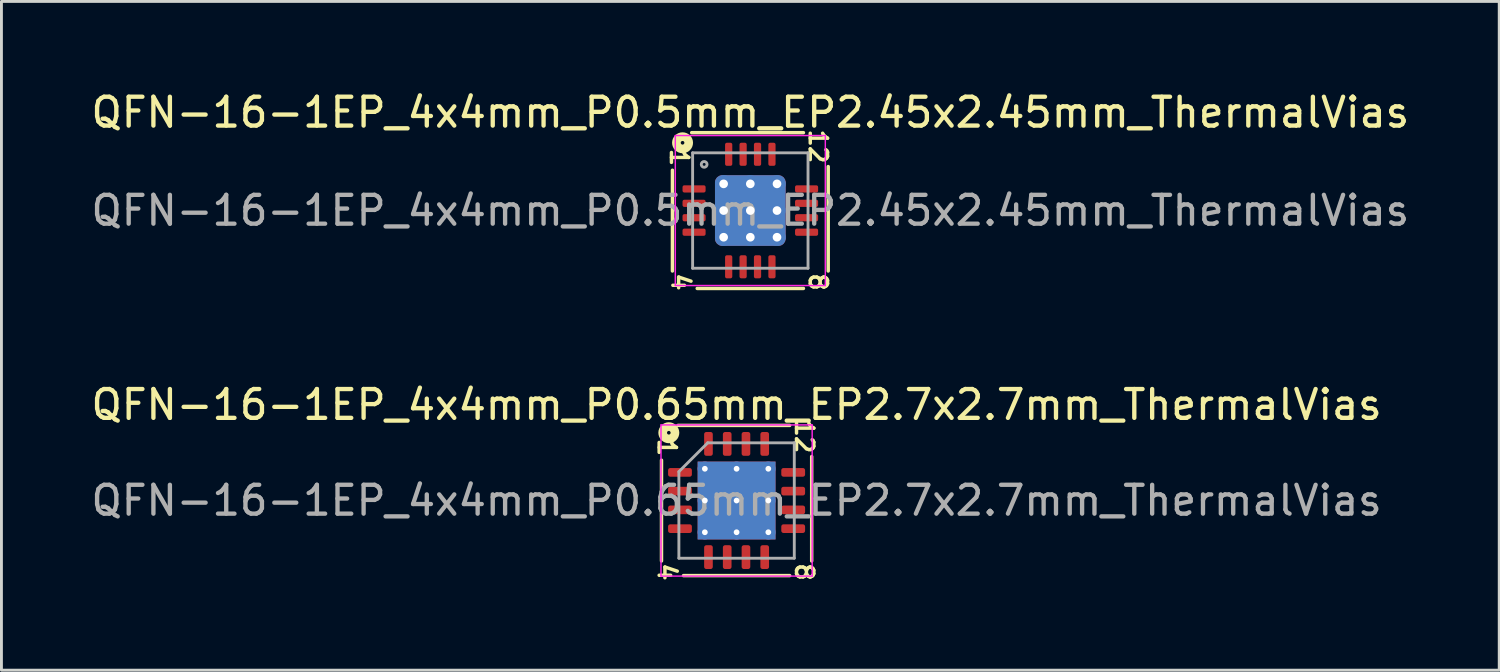
<source format=kicad_pcb>
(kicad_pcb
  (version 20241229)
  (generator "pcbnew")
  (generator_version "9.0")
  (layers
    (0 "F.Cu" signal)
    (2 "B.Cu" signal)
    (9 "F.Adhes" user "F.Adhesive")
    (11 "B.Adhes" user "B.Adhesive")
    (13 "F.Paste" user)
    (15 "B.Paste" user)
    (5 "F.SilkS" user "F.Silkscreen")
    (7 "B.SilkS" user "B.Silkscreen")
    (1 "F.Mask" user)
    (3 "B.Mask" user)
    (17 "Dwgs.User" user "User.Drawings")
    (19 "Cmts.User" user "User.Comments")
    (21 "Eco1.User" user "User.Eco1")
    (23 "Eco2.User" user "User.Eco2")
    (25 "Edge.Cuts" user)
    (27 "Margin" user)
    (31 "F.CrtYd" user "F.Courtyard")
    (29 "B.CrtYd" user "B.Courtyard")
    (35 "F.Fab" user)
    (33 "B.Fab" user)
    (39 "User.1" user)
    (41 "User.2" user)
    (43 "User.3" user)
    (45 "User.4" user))
  (footprint "QFN-16-1EP_4x4mm_P0.65mm_EP2.7x2.7mm_ThermalVias"
    (layer "F.Cu")
    (at 22.482 14.299)
    (property "Reference" "QFN-16-1EP_4x4mm_P0.65mm_EP2.7x2.7mm_ThermalVias" (at 0 -3.32 0) (layer "F.SilkS") (effects (font (size 1 1) (thickness 0.15))))
    (attr smd)
    (fp_line (start -2.603 -1.397) (end -2.603 2.095) (stroke (width 0.12) (type solid)) (layer "F.SilkS"))
    (fp_line (start -1.841 2.603) (end 1.841 2.603) (stroke (width 0.12) (type solid)) (layer "F.SilkS"))
    (fp_line (start 1.841 -2.603) (end -2.032 -2.603) (stroke (width 0.12) (type solid)) (layer "F.SilkS"))
    (fp_line (start 2.603 2.095) (end 2.603 -1.524) (stroke (width 0.12) (type solid)) (layer "F.SilkS"))
    (fp_circle (center -2.349 -2.349) (end -2.286 -2.349) (stroke (width 0.3) (type solid)) (fill no) (layer "F.SilkS"))
    (fp_line (start -2.62 -2.62) (end -2.62 2.62) (stroke (width 0.05) (type solid)) (layer "F.CrtYd"))
    (fp_line (start -2.62 2.62) (end 2.62 2.62) (stroke (width 0.05) (type solid)) (layer "F.CrtYd"))
    (fp_line (start 2.62 -2.62) (end -2.62 -2.62) (stroke (width 0.05) (type solid)) (layer "F.CrtYd"))
    (fp_line (start 2.62 2.62) (end 2.62 -2.62) (stroke (width 0.05) (type solid)) (layer "F.CrtYd"))
    (fp_line (start -2 -1) (end -1 -2) (stroke (width 0.1) (type solid)) (layer "F.Fab"))
    (fp_line (start -2 2) (end -2 -1) (stroke (width 0.1) (type solid)) (layer "F.Fab"))
    (fp_line (start -1 -2) (end 2 -2) (stroke (width 0.1) (type solid)) (layer "F.Fab"))
    (fp_line (start 2 -2) (end 2 2) (stroke (width 0.1) (type solid)) (layer "F.Fab"))
    (fp_line (start 2 2) (end -2 2) (stroke (width 0.1) (type solid)) (layer "F.Fab"))
    (fp_text user "4" (at -2.413 2.477 270) (unlocked yes) (layer "F.SilkS") (effects (font (size 0.6 0.6) (thickness 0.12))))
    (fp_text user "12" (at 2.349 -2.223 270) (unlocked yes) (layer "F.SilkS") (effects (font (size 0.6 0.6) (thickness 0.12))))
    (fp_text user "1" (at -2.413 -1.841 270) (unlocked yes) (layer "F.SilkS") (effects (font (size 0.6 0.6) (thickness 0.12))))
    (fp_text user "8" (at 2.349 2.477 270) (unlocked yes) (layer "F.SilkS") (effects (font (size 0.6 0.6) (thickness 0.12))))
    (fp_text user "${REFERENCE}" (at 0 0 0) (layer "F.Fab") (effects (font (size 1 1) (thickness 0.15))))
    (pad "" smd roundrect (at -0.675 -0.675) (size 1.17 1.17) (layers "F.Paste") (roundrect_rratio 0.214))
    (pad "" smd roundrect (at -0.675 0.675) (size 1.17 1.17) (layers "F.Paste") (roundrect_rratio 0.214))
    (pad "" smd roundrect (at 0.675 -0.675) (size 1.17 1.17) (layers "F.Paste") (roundrect_rratio 0.214))
    (pad "" smd roundrect (at 0.675 0.675) (size 1.17 1.17) (layers "F.Paste") (roundrect_rratio 0.214))
    (pad "1" smd roundrect (at -1.962 -0.975) (size 0.825 0.3) (layers "F.Cu" "F.Mask" "F.Paste") (roundrect_rratio 0.25))
    (pad "2" smd roundrect (at -1.962 -0.325) (size 0.825 0.3) (layers "F.Cu" "F.Mask" "F.Paste") (roundrect_rratio 0.25))
    (pad "3" smd roundrect (at -1.962 0.325) (size 0.825 0.3) (layers "F.Cu" "F.Mask" "F.Paste") (roundrect_rratio 0.25))
    (pad "4" smd roundrect (at -1.962 0.975) (size 0.825 0.3) (layers "F.Cu" "F.Mask" "F.Paste") (roundrect_rratio 0.25))
    (pad "5" smd roundrect (at -0.975 1.962) (size 0.3 0.825) (layers "F.Cu" "F.Mask" "F.Paste") (roundrect_rratio 0.25))
    (pad "6" smd roundrect (at -0.325 1.962) (size 0.3 0.825) (layers "F.Cu" "F.Mask" "F.Paste") (roundrect_rratio 0.25))
    (pad "7" smd roundrect (at 0.325 1.962) (size 0.3 0.825) (layers "F.Cu" "F.Mask" "F.Paste") (roundrect_rratio 0.25))
    (pad "8" smd roundrect (at 0.975 1.962) (size 0.3 0.825) (layers "F.Cu" "F.Mask" "F.Paste") (roundrect_rratio 0.25))
    (pad "9" smd roundrect (at 1.962 0.975) (size 0.825 0.3) (layers "F.Cu" "F.Mask" "F.Paste") (roundrect_rratio 0.25))
    (pad "10" smd roundrect (at 1.962 0.325) (size 0.825 0.3) (layers "F.Cu" "F.Mask" "F.Paste") (roundrect_rratio 0.25))
    (pad "11" smd roundrect (at 1.962 -0.325) (size 0.825 0.3) (layers "F.Cu" "F.Mask" "F.Paste") (roundrect_rratio 0.25))
    (pad "12" smd roundrect (at 1.962 -0.975) (size 0.825 0.3) (layers "F.Cu" "F.Mask" "F.Paste") (roundrect_rratio 0.25))
    (pad "13" smd roundrect (at 0.975 -1.962) (size 0.3 0.825) (layers "F.Cu" "F.Mask" "F.Paste") (roundrect_rratio 0.25))
    (pad "14" smd roundrect (at 0.325 -1.962) (size 0.3 0.825) (layers "F.Cu" "F.Mask" "F.Paste") (roundrect_rratio 0.25))
    (pad "15" smd roundrect (at -0.325 -1.962) (size 0.3 0.825) (layers "F.Cu" "F.Mask" "F.Paste") (roundrect_rratio 0.25))
    (pad "16" smd roundrect (at -0.975 -1.962) (size 0.3 0.825) (layers "F.Cu" "F.Mask" "F.Paste") (roundrect_rratio 0.25))
    (pad "17" thru_hole circle (at -1.1 -1.1) (size 0.5 0.5) (drill 0.2) (layers "*.Cu"))
    (pad "17" thru_hole circle (at -1.1 0) (size 0.5 0.5) (drill 0.2) (layers "*.Cu"))
    (pad "17" thru_hole circle (at -1.1 1.1) (size 0.5 0.5) (drill 0.2) (layers "*.Cu"))
    (pad "17" thru_hole circle (at 0 -1.1) (size 0.5 0.5) (drill 0.2) (layers "*.Cu"))
    (pad "17" thru_hole circle (at 0 0) (size 0.5 0.5) (drill 0.2) (layers "*.Cu"))
    (pad "17" smd rect (at 0 0) (size 2.7 2.7) (layers "F.Cu" "F.Mask"))
    (pad "17" smd rect (at 0 0) (size 2.7 2.7) (layers "B.Cu" "B.Mask"))
    (pad "17" thru_hole circle (at 0 1.1) (size 0.5 0.5) (drill 0.2) (layers "*.Cu"))
    (pad "17" thru_hole circle (at 1.1 -1.1) (size 0.5 0.5) (drill 0.2) (layers "*.Cu"))
    (pad "17" thru_hole circle (at 1.1 0) (size 0.5 0.5) (drill 0.2) (layers "*.Cu"))
    (pad "17" thru_hole circle (at 1.1 1.1) (size 0.5 0.5) (drill 0.2) (layers "*.Cu")))
  (footprint "QFN-16-1EP_4x4mm_P0.5mm_EP2.45x2.45mm_ThermalVias"
    (layer "F.Cu")
    (at 22.958 4.248)
    (property "Reference" "QFN-16-1EP_4x4mm_P0.5mm_EP2.45x2.45mm_ThermalVias" (at 0 -3.4 0) (layer "F.SilkS") (effects (font (size 1 1) (thickness 0.15))))
    (attr smd)
    (fp_line (start -2.7 -1.397) (end -2.7 2.095) (stroke (width 0.12) (type solid)) (layer "F.SilkS"))
    (fp_line (start -1.841 2.7) (end 1.841 2.7) (stroke (width 0.12) (type solid)) (layer "F.SilkS"))
    (fp_line (start 1.841 -2.7) (end -2.032 -2.7) (stroke (width 0.12) (type solid)) (layer "F.SilkS"))
    (fp_line (start 2.7 2.095) (end 2.7 -1.524) (stroke (width 0.12) (type solid)) (layer "F.SilkS"))
    (fp_circle (center -2.349 -2.349) (end -2.286 -2.349) (stroke (width 0.3) (type solid)) (fill no) (layer "F.SilkS"))
    (fp_line (start -2.6 -2.6) (end -2.6 2.6) (stroke (width 0.05) (type solid)) (layer "F.CrtYd"))
    (fp_line (start -2.6 2.6) (end 2.6 2.6) (stroke (width 0.05) (type solid)) (layer "F.CrtYd"))
    (fp_line (start 2.6 -2.6) (end -2.6 -2.6) (stroke (width 0.05) (type solid)) (layer "F.CrtYd"))
    (fp_line (start 2.6 2.6) (end 2.6 -2.6) (stroke (width 0.05) (type solid)) (layer "F.CrtYd"))
    (fp_line (start -2 -2) (end 2 -2) (stroke (width 0.1) (type solid)) (layer "F.Fab"))
    (fp_line (start -2 2) (end -2 -2) (stroke (width 0.1) (type solid)) (layer "F.Fab"))
    (fp_line (start 2 -2) (end 2 2) (stroke (width 0.1) (type solid)) (layer "F.Fab"))
    (fp_line (start 2 2) (end -2 2) (stroke (width 0.1) (type solid)) (layer "F.Fab"))
    (fp_circle (center -1.6 -1.6) (end -1.5 -1.6) (stroke (width 0.1) (type solid)) (fill no) (layer "F.Fab"))
    (fp_text user "12" (at 2.349 -2.223 270) (unlocked yes) (layer "F.SilkS") (effects (font (size 0.6 0.6) (thickness 0.12))))
    (fp_text user "4" (at -2.413 2.477 270) (unlocked yes) (layer "F.SilkS") (effects (font (size 0.6 0.6) (thickness 0.12))))
    (fp_text user "8" (at 2.349 2.477 270) (unlocked yes) (layer "F.SilkS") (effects (font (size 0.6 0.6) (thickness 0.12))))
    (fp_text user "1" (at -2.463 -1.841 270) (unlocked yes) (layer "F.SilkS") (effects (font (size 0.6 0.6) (thickness 0.12))))
    (fp_text user "${REFERENCE}" (at 0 0 0) (layer "F.Fab") (effects (font (size 1 1) (thickness 0.15))))
    (pad "" smd roundrect (at -0.61 -0.61) (size 1.06 1.06) (layers "F.Paste") (roundrect_rratio 0.236))
    (pad "" smd roundrect (at -0.61 0.61) (size 1.06 1.06) (layers "F.Paste") (roundrect_rratio 0.236))
    (pad "" smd roundrect (at 0.61 -0.61) (size 1.06 1.06) (layers "F.Paste") (roundrect_rratio 0.236))
    (pad "" smd roundrect (at 0.61 0.61) (size 1.06 1.06) (layers "F.Paste") (roundrect_rratio 0.236))
    (pad "1" smd roundrect (at -1.95 -0.75) (size 0.8 0.25) (layers "F.Cu" "F.Mask" "F.Paste") (roundrect_rratio 0.25))
    (pad "2" smd roundrect (at -1.95 -0.25) (size 0.8 0.25) (layers "F.Cu" "F.Mask" "F.Paste") (roundrect_rratio 0.25))
    (pad "3" smd roundrect (at -1.95 0.25) (size 0.8 0.25) (layers "F.Cu" "F.Mask" "F.Paste") (roundrect_rratio 0.25))
    (pad "4" smd roundrect (at -1.95 0.75) (size 0.8 0.25) (layers "F.Cu" "F.Mask" "F.Paste") (roundrect_rratio 0.25))
    (pad "5" smd roundrect (at -0.75 1.95) (size 0.25 0.8) (layers "F.Cu" "F.Mask" "F.Paste") (roundrect_rratio 0.25))
    (pad "6" smd roundrect (at -0.25 1.95) (size 0.25 0.8) (layers "F.Cu" "F.Mask" "F.Paste") (roundrect_rratio 0.25))
    (pad "7" smd roundrect (at 0.25 1.95) (size 0.25 0.8) (layers "F.Cu" "F.Mask" "F.Paste") (roundrect_rratio 0.25))
    (pad "8" smd roundrect (at 0.75 1.95) (size 0.25 0.8) (layers "F.Cu" "F.Mask" "F.Paste") (roundrect_rratio 0.25))
    (pad "9" smd roundrect (at 1.95 0.75) (size 0.8 0.25) (layers "F.Cu" "F.Mask" "F.Paste") (roundrect_rratio 0.25))
    (pad "10" smd roundrect (at 1.95 0.25) (size 0.8 0.25) (layers "F.Cu" "F.Mask" "F.Paste") (roundrect_rratio 0.25))
    (pad "11" smd roundrect (at 1.95 -0.25) (size 0.8 0.25) (layers "F.Cu" "F.Mask" "F.Paste") (roundrect_rratio 0.25))
    (pad "12" smd roundrect (at 1.95 -0.75) (size 0.8 0.25) (layers "F.Cu" "F.Mask" "F.Paste") (roundrect_rratio 0.25))
    (pad "13" smd roundrect (at 0.75 -1.95) (size 0.25 0.8) (layers "F.Cu" "F.Mask" "F.Paste") (roundrect_rratio 0.25))
    (pad "14" smd roundrect (at 0.25 -1.95) (size 0.25 0.8) (layers "F.Cu" "F.Mask" "F.Paste") (roundrect_rratio 0.25))
    (pad "15" smd roundrect (at -0.25 -1.95) (size 0.25 0.8) (layers "F.Cu" "F.Mask" "F.Paste") (roundrect_rratio 0.25))
    (pad "16" smd roundrect (at -0.75 -1.95) (size 0.25 0.8) (layers "F.Cu" "F.Mask" "F.Paste") (roundrect_rratio 0.25))
    (pad "17" thru_hole circle (at -0.925 -0.925) (size 0.6 0.6) (drill 0.3) (property pad_prop_heatsink) (layers "*.Cu"))
    (pad "17" thru_hole circle (at -0.925 0) (size 0.6 0.6) (drill 0.3) (property pad_prop_heatsink) (layers "*.Cu"))
    (pad "17" thru_hole circle (at -0.925 0.925) (size 0.6 0.6) (drill 0.3) (property pad_prop_heatsink) (layers "*.Cu"))
    (pad "17" thru_hole circle (at 0 -0.925) (size 0.6 0.6) (drill 0.3) (property pad_prop_heatsink) (layers "*.Cu"))
    (pad "17" thru_hole circle (at 0 0) (size 0.6 0.6) (drill 0.3) (property pad_prop_heatsink) (layers "*.Cu"))
    (pad "17" smd roundrect (at 0 0) (size 2.45 2.45) (layers "F.Cu" "F.Mask") (roundrect_rratio 0.102))
    (pad "17" smd roundrect (at 0 0) (size 2.45 2.45) (layers "B.Cu" "B.Mask") (roundrect_rratio 0.102))
    (pad "17" thru_hole circle (at 0 0.925) (size 0.6 0.6) (drill 0.3) (property pad_prop_heatsink) (layers "*.Cu"))
    (pad "17" thru_hole circle (at 0.925 -0.925) (size 0.6 0.6) (drill 0.3) (property pad_prop_heatsink) (layers "*.Cu"))
    (pad "17" thru_hole circle (at 0.925 0) (size 0.6 0.6) (drill 0.3) (property pad_prop_heatsink) (layers "*.Cu"))
    (pad "17" thru_hole circle (at 0.925 0.925) (size 0.6 0.6) (drill 0.3) (property pad_prop_heatsink) (layers "*.Cu")))
  (gr_rect
    (start -3 -3)
    (end 48.917 20.181)
    (stroke (width 0.1) (type default))
    (fill no)
    (layer "Edge.Cuts")))
</source>
